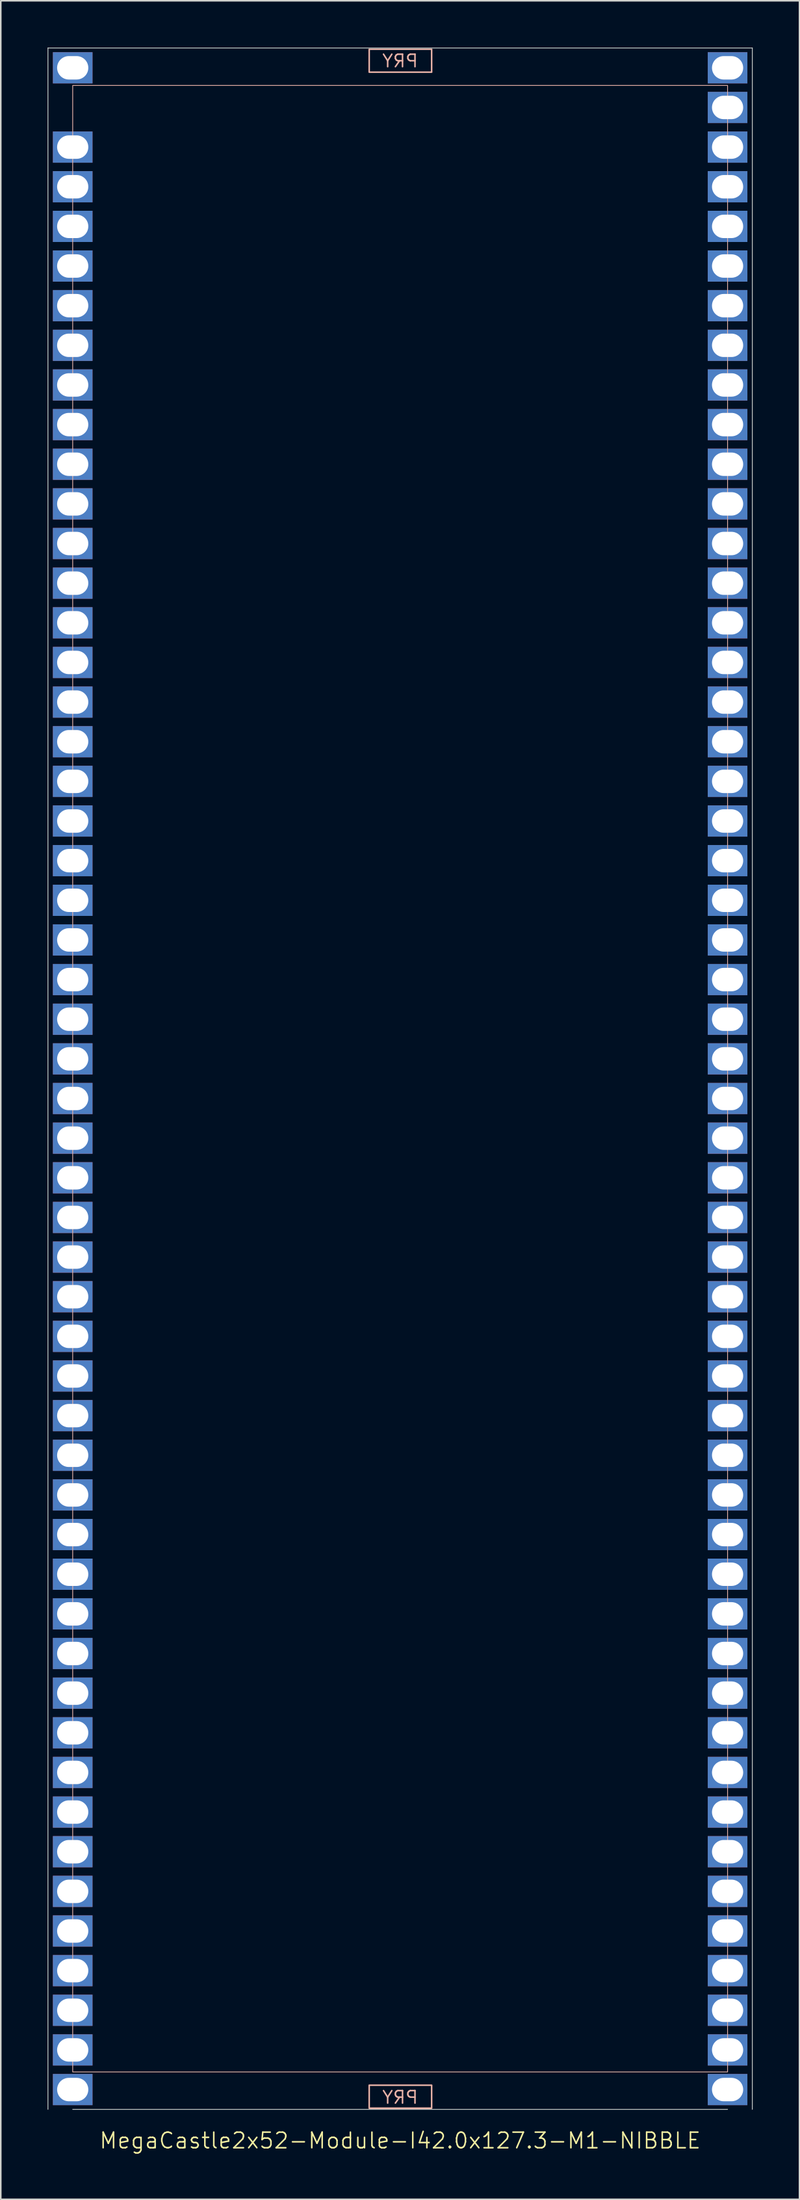
<source format=kicad_pcb>
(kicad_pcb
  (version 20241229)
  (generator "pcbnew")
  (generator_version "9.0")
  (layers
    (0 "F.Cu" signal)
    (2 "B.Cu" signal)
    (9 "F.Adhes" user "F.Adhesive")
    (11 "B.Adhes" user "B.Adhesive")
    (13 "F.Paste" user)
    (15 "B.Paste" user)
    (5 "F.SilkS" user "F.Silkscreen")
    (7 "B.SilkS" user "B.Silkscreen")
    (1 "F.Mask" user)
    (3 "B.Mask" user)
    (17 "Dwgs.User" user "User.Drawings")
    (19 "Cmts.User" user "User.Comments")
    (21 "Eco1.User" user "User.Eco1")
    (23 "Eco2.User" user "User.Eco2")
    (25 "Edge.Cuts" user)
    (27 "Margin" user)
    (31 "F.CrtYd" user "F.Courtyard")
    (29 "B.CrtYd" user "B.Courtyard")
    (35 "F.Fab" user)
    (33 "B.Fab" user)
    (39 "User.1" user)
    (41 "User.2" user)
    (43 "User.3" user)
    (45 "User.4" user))
  (footprint "MegaCastle2x52-Module-I42.0x127.3-M1-NIBBLE"
    (layer "F.Cu")
    (at 22.613 66.065)
    (property "Reference" "MegaCastle2x52-Module-I42.0x127.3-M1-NIBBLE" (at 0 68.04 0) (unlocked yes) (layer "F.SilkS") (effects (font (size 1 1) (thickness 0.1))))
    (attr smd)
    (fp_rect (start -21 63.64) (end 21 -63.64) (stroke (width 0.05) (type default)) (fill no) (layer "B.SilkS"))
    (fp_rect (start -1.984 -64.491) (end 2.02 -65.96) (stroke (width 0.1) (type default)) (fill no) (layer "B.SilkS"))
    (fp_rect (start -1.984 64.491) (end 2.02 65.96) (stroke (width 0.1) (type default)) (fill no) (layer "B.SilkS"))
    (fp_line (start -22.587 -66.04) (end -22.587 66.04) (stroke (width 0.05) (type default)) (layer "Edge.Cuts"))
    (fp_line (start -22.587 -66.04) (end 22.587 -66.04) (stroke (width 0.05) (type default)) (layer "Edge.Cuts"))
    (fp_line (start -21 66.04) (end 21 66.04) (stroke (width 0.05) (type default)) (layer "Edge.Cuts"))
    (fp_line (start 22.587 -66.04) (end 22.587 66.04) (stroke (width 0.05) (type default)) (layer "Edge.Cuts"))
    (fp_text user "PRY" (at 0 -64.74 0) (unlocked yes) (layer "B.SilkS") (effects (font (size 0.8 0.8) (thickness 0.1)) (justify bottom mirror)))
    (fp_text user "PRY" (at 0 65.74 0) (unlocked yes) (layer "B.SilkS") (effects (font (size 0.8 0.8) (thickness 0.1)) (justify bottom mirror)))
    (pad "1" thru_hole rect (at -21 -64.77) (size 2.54 2) (drill oval 2 1.5) (property pad_prop_castellated) (layers "*.Cu" "*.Mask"))
    (pad "3" thru_hole rect (at -21 -59.69) (size 2.54 2) (drill oval 2 1.5) (property pad_prop_castellated) (layers "*.Cu" "*.Mask"))
    (pad "4" thru_hole rect (at -21 -57.15) (size 2.54 2) (drill oval 2 1.5) (property pad_prop_castellated) (layers "*.Cu" "*.Mask"))
    (pad "5" thru_hole rect (at -21 -54.61) (size 2.54 2) (drill oval 2 1.5) (property pad_prop_castellated) (layers "*.Cu" "*.Mask"))
    (pad "6" thru_hole rect (at -21 -52.07) (size 2.54 2) (drill oval 2 1.5) (property pad_prop_castellated) (layers "*.Cu" "*.Mask"))
    (pad "7" thru_hole rect (at -21 -49.53) (size 2.54 2) (drill oval 2 1.5) (property pad_prop_castellated) (layers "*.Cu" "*.Mask"))
    (pad "8" thru_hole rect (at -21 -46.99) (size 2.54 2) (drill oval 2 1.5) (property pad_prop_castellated) (layers "*.Cu" "*.Mask"))
    (pad "9" thru_hole rect (at -21 -44.45) (size 2.54 2) (drill oval 2 1.5) (property pad_prop_castellated) (layers "*.Cu" "*.Mask"))
    (pad "10" thru_hole rect (at -21 -41.91) (size 2.54 2) (drill oval 2 1.5) (property pad_prop_castellated) (layers "*.Cu" "*.Mask"))
    (pad "11" thru_hole rect (at -21 -39.37) (size 2.54 2) (drill oval 2 1.5) (property pad_prop_castellated) (layers "*.Cu" "*.Mask"))
    (pad "12" thru_hole rect (at -21 -36.83) (size 2.54 2) (drill oval 2 1.5) (property pad_prop_castellated) (layers "*.Cu" "*.Mask"))
    (pad "13" thru_hole rect (at -21 -34.29) (size 2.54 2) (drill oval 2 1.5) (property pad_prop_castellated) (layers "*.Cu" "*.Mask"))
    (pad "14" thru_hole rect (at -21 -31.75) (size 2.54 2) (drill oval 2 1.5) (property pad_prop_castellated) (layers "*.Cu" "*.Mask"))
    (pad "15" thru_hole rect (at -21 -29.21) (size 2.54 2) (drill oval 2 1.5) (property pad_prop_castellated) (layers "*.Cu" "*.Mask"))
    (pad "16" thru_hole rect (at -21 -26.67) (size 2.54 2) (drill oval 2 1.5) (property pad_prop_castellated) (layers "*.Cu" "*.Mask"))
    (pad "17" thru_hole rect (at -21 -24.13) (size 2.54 2) (drill oval 2 1.5) (property pad_prop_castellated) (layers "*.Cu" "*.Mask"))
    (pad "18" thru_hole rect (at -21 -21.59) (size 2.54 2) (drill oval 2 1.5) (property pad_prop_castellated) (layers "*.Cu" "*.Mask"))
    (pad "19" thru_hole rect (at -21 -19.05) (size 2.54 2) (drill oval 2 1.5) (property pad_prop_castellated) (layers "*.Cu" "*.Mask"))
    (pad "20" thru_hole rect (at -21 -16.51) (size 2.54 2) (drill oval 2 1.5) (property pad_prop_castellated) (layers "*.Cu" "*.Mask"))
    (pad "21" thru_hole rect (at -21 -13.97) (size 2.54 2) (drill oval 2 1.5) (property pad_prop_castellated) (layers "*.Cu" "*.Mask"))
    (pad "22" thru_hole rect (at -21 -11.43) (size 2.54 2) (drill oval 2 1.5) (property pad_prop_castellated) (layers "*.Cu" "*.Mask"))
    (pad "23" thru_hole rect (at -21 -8.89) (size 2.54 2) (drill oval 2 1.5) (property pad_prop_castellated) (layers "*.Cu" "*.Mask"))
    (pad "24" thru_hole rect (at -21 -6.35) (size 2.54 2) (drill oval 2 1.5) (property pad_prop_castellated) (layers "*.Cu" "*.Mask"))
    (pad "25" thru_hole rect (at -21 -3.81) (size 2.54 2) (drill oval 2 1.5) (property pad_prop_castellated) (layers "*.Cu" "*.Mask"))
    (pad "26" thru_hole rect (at -21 -1.27) (size 2.54 2) (drill oval 2 1.5) (property pad_prop_castellated) (layers "*.Cu" "*.Mask"))
    (pad "27" thru_hole rect (at -21 1.27) (size 2.54 2) (drill oval 2 1.5) (property pad_prop_castellated) (layers "*.Cu" "*.Mask"))
    (pad "28" thru_hole rect (at -21 3.81) (size 2.54 2) (drill oval 2 1.5) (property pad_prop_castellated) (layers "*.Cu" "*.Mask"))
    (pad "29" thru_hole rect (at -21 6.35) (size 2.54 2) (drill oval 2 1.5) (property pad_prop_castellated) (layers "*.Cu" "*.Mask"))
    (pad "30" thru_hole rect (at -21 8.89) (size 2.54 2) (drill oval 2 1.5) (property pad_prop_castellated) (layers "*.Cu" "*.Mask"))
    (pad "31" thru_hole rect (at -21 11.43) (size 2.54 2) (drill oval 2 1.5) (property pad_prop_castellated) (layers "*.Cu" "*.Mask"))
    (pad "32" thru_hole rect (at -21 13.97) (size 2.54 2) (drill oval 2 1.5) (property pad_prop_castellated) (layers "*.Cu" "*.Mask"))
    (pad "33" thru_hole rect (at -21 16.51) (size 2.54 2) (drill oval 2 1.5) (property pad_prop_castellated) (layers "*.Cu" "*.Mask"))
    (pad "34" thru_hole rect (at -21 19.05) (size 2.54 2) (drill oval 2 1.5) (property pad_prop_castellated) (layers "*.Cu" "*.Mask"))
    (pad "35" thru_hole rect (at -21 21.59) (size 2.54 2) (drill oval 2 1.5) (property pad_prop_castellated) (layers "*.Cu" "*.Mask"))
    (pad "36" thru_hole rect (at -21 24.13) (size 2.54 2) (drill oval 2 1.5) (property pad_prop_castellated) (layers "*.Cu" "*.Mask"))
    (pad "37" thru_hole rect (at -21 26.67) (size 2.54 2) (drill oval 2 1.5) (property pad_prop_castellated) (layers "*.Cu" "*.Mask"))
    (pad "38" thru_hole rect (at -21 29.21) (size 2.54 2) (drill oval 2 1.5) (property pad_prop_castellated) (layers "*.Cu" "*.Mask"))
    (pad "39" thru_hole rect (at -21 31.75) (size 2.54 2) (drill oval 2 1.5) (property pad_prop_castellated) (layers "*.Cu" "*.Mask"))
    (pad "40" thru_hole rect (at -21 34.29) (size 2.54 2) (drill oval 2 1.5) (property pad_prop_castellated) (layers "*.Cu" "*.Mask"))
    (pad "41" thru_hole rect (at -21 36.83) (size 2.54 2) (drill oval 2 1.5) (property pad_prop_castellated) (layers "*.Cu" "*.Mask"))
    (pad "42" thru_hole rect (at -21 39.37) (size 2.54 2) (drill oval 2 1.5) (property pad_prop_castellated) (layers "*.Cu" "*.Mask"))
    (pad "43" thru_hole rect (at -21 41.91) (size 2.54 2) (drill oval 2 1.5) (property pad_prop_castellated) (layers "*.Cu" "*.Mask"))
    (pad "44" thru_hole rect (at -21 44.45) (size 2.54 2) (drill oval 2 1.5) (property pad_prop_castellated) (layers "*.Cu" "*.Mask"))
    (pad "45" thru_hole rect (at -21 46.99) (size 2.54 2) (drill oval 2 1.5) (property pad_prop_castellated) (layers "*.Cu" "*.Mask"))
    (pad "46" thru_hole rect (at -21 49.53) (size 2.54 2) (drill oval 2 1.5) (property pad_prop_castellated) (layers "*.Cu" "*.Mask"))
    (pad "47" thru_hole rect (at -21 52.07) (size 2.54 2) (drill oval 2 1.5) (property pad_prop_castellated) (layers "*.Cu" "*.Mask"))
    (pad "48" thru_hole rect (at -21 54.61) (size 2.54 2) (drill oval 2 1.5) (property pad_prop_castellated) (layers "*.Cu" "*.Mask"))
    (pad "49" thru_hole rect (at -21 57.15) (size 2.54 2) (drill oval 2 1.5) (property pad_prop_castellated) (layers "*.Cu" "*.Mask"))
    (pad "50" thru_hole rect (at -21 59.69) (size 2.54 2) (drill oval 2 1.5) (property pad_prop_castellated) (layers "*.Cu" "*.Mask"))
    (pad "51" thru_hole rect (at -21 62.23) (size 2.54 2) (drill oval 2 1.5) (property pad_prop_castellated) (layers "*.Cu" "*.Mask"))
    (pad "52" thru_hole rect (at -21 64.77) (size 2.54 2) (drill oval 2 1.5) (property pad_prop_castellated) (layers "*.Cu" "*.Mask"))
    (pad "53" thru_hole rect (at 21 -64.77) (size 2.54 2) (drill oval 2 1.5) (property pad_prop_castellated) (layers "*.Cu" "*.Mask"))
    (pad "54" thru_hole rect (at 21 -62.23) (size 2.54 2) (drill oval 2 1.5) (property pad_prop_castellated) (layers "*.Cu" "*.Mask"))
    (pad "55" thru_hole rect (at 21 -59.69) (size 2.54 2) (drill oval 2 1.5) (property pad_prop_castellated) (layers "*.Cu" "*.Mask"))
    (pad "56" thru_hole rect (at 21 -57.15) (size 2.54 2) (drill oval 2 1.5) (property pad_prop_castellated) (layers "*.Cu" "*.Mask"))
    (pad "57" thru_hole rect (at 21 -54.61) (size 2.54 2) (drill oval 2 1.5) (property pad_prop_castellated) (layers "*.Cu" "*.Mask"))
    (pad "58" thru_hole rect (at 21 -52.07) (size 2.54 2) (drill oval 2 1.5) (property pad_prop_castellated) (layers "*.Cu" "*.Mask"))
    (pad "59" thru_hole rect (at 21 -49.53) (size 2.54 2) (drill oval 2 1.5) (property pad_prop_castellated) (layers "*.Cu" "*.Mask"))
    (pad "60" thru_hole rect (at 21 -46.99) (size 2.54 2) (drill oval 2 1.5) (property pad_prop_castellated) (layers "*.Cu" "*.Mask"))
    (pad "61" thru_hole rect (at 21 -44.45) (size 2.54 2) (drill oval 2 1.5) (property pad_prop_castellated) (layers "*.Cu" "*.Mask"))
    (pad "62" thru_hole rect (at 21 -41.91) (size 2.54 2) (drill oval 2 1.5) (property pad_prop_castellated) (layers "*.Cu" "*.Mask"))
    (pad "63" thru_hole rect (at 21 -39.37) (size 2.54 2) (drill oval 2 1.5) (property pad_prop_castellated) (layers "*.Cu" "*.Mask"))
    (pad "64" thru_hole rect (at 21 -36.83) (size 2.54 2) (drill oval 2 1.5) (property pad_prop_castellated) (layers "*.Cu" "*.Mask"))
    (pad "65" thru_hole rect (at 21 -34.29) (size 2.54 2) (drill oval 2 1.5) (property pad_prop_castellated) (layers "*.Cu" "*.Mask"))
    (pad "66" thru_hole rect (at 21 -31.75) (size 2.54 2) (drill oval 2 1.5) (property pad_prop_castellated) (layers "*.Cu" "*.Mask"))
    (pad "67" thru_hole rect (at 21 -29.21) (size 2.54 2) (drill oval 2 1.5) (property pad_prop_castellated) (layers "*.Cu" "*.Mask"))
    (pad "68" thru_hole rect (at 21 -26.67) (size 2.54 2) (drill oval 2 1.5) (property pad_prop_castellated) (layers "*.Cu" "*.Mask"))
    (pad "69" thru_hole rect (at 21 -24.13) (size 2.54 2) (drill oval 2 1.5) (property pad_prop_castellated) (layers "*.Cu" "*.Mask"))
    (pad "70" thru_hole rect (at 21 -21.59) (size 2.54 2) (drill oval 2 1.5) (property pad_prop_castellated) (layers "*.Cu" "*.Mask"))
    (pad "71" thru_hole rect (at 21 -19.05) (size 2.54 2) (drill oval 2 1.5) (property pad_prop_castellated) (layers "*.Cu" "*.Mask"))
    (pad "72" thru_hole rect (at 21 -16.51) (size 2.54 2) (drill oval 2 1.5) (property pad_prop_castellated) (layers "*.Cu" "*.Mask"))
    (pad "73" thru_hole rect (at 21 -13.97) (size 2.54 2) (drill oval 2 1.5) (property pad_prop_castellated) (layers "*.Cu" "*.Mask"))
    (pad "74" thru_hole rect (at 21 -11.43) (size 2.54 2) (drill oval 2 1.5) (property pad_prop_castellated) (layers "*.Cu" "*.Mask"))
    (pad "75" thru_hole rect (at 21 -8.89) (size 2.54 2) (drill oval 2 1.5) (property pad_prop_castellated) (layers "*.Cu" "*.Mask"))
    (pad "76" thru_hole rect (at 21 -6.35) (size 2.54 2) (drill oval 2 1.5) (property pad_prop_castellated) (layers "*.Cu" "*.Mask"))
    (pad "77" thru_hole rect (at 21 -3.81) (size 2.54 2) (drill oval 2 1.5) (property pad_prop_castellated) (layers "*.Cu" "*.Mask"))
    (pad "78" thru_hole rect (at 21 -1.27) (size 2.54 2) (drill oval 2 1.5) (property pad_prop_castellated) (layers "*.Cu" "*.Mask"))
    (pad "79" thru_hole rect (at 21 1.27) (size 2.54 2) (drill oval 2 1.5) (property pad_prop_castellated) (layers "*.Cu" "*.Mask"))
    (pad "80" thru_hole rect (at 21 3.81) (size 2.54 2) (drill oval 2 1.5) (property pad_prop_castellated) (layers "*.Cu" "*.Mask"))
    (pad "81" thru_hole rect (at 21 6.35) (size 2.54 2) (drill oval 2 1.5) (property pad_prop_castellated) (layers "*.Cu" "*.Mask"))
    (pad "82" thru_hole rect (at 21 8.89) (size 2.54 2) (drill oval 2 1.5) (property pad_prop_castellated) (layers "*.Cu" "*.Mask"))
    (pad "83" thru_hole rect (at 21 11.43) (size 2.54 2) (drill oval 2 1.5) (property pad_prop_castellated) (layers "*.Cu" "*.Mask"))
    (pad "84" thru_hole rect (at 21 13.97) (size 2.54 2) (drill oval 2 1.5) (property pad_prop_castellated) (layers "*.Cu" "*.Mask"))
    (pad "85" thru_hole rect (at 21 16.51) (size 2.54 2) (drill oval 2 1.5) (property pad_prop_castellated) (layers "*.Cu" "*.Mask"))
    (pad "86" thru_hole rect (at 21 19.05) (size 2.54 2) (drill oval 2 1.5) (property pad_prop_castellated) (layers "*.Cu" "*.Mask"))
    (pad "87" thru_hole rect (at 21 21.59) (size 2.54 2) (drill oval 2 1.5) (property pad_prop_castellated) (layers "*.Cu" "*.Mask"))
    (pad "88" thru_hole rect (at 21 24.13) (size 2.54 2) (drill oval 2 1.5) (property pad_prop_castellated) (layers "*.Cu" "*.Mask"))
    (pad "89" thru_hole rect (at 21 26.67) (size 2.54 2) (drill oval 2 1.5) (property pad_prop_castellated) (layers "*.Cu" "*.Mask"))
    (pad "90" thru_hole rect (at 21 29.21) (size 2.54 2) (drill oval 2 1.5) (property pad_prop_castellated) (layers "*.Cu" "*.Mask"))
    (pad "91" thru_hole rect (at 21 31.75) (size 2.54 2) (drill oval 2 1.5) (property pad_prop_castellated) (layers "*.Cu" "*.Mask"))
    (pad "92" thru_hole rect (at 21 34.29) (size 2.54 2) (drill oval 2 1.5) (property pad_prop_castellated) (layers "*.Cu" "*.Mask"))
    (pad "93" thru_hole rect (at 21 36.83) (size 2.54 2) (drill oval 2 1.5) (property pad_prop_castellated) (layers "*.Cu" "*.Mask"))
    (pad "94" thru_hole rect (at 21 39.37) (size 2.54 2) (drill oval 2 1.5) (property pad_prop_castellated) (layers "*.Cu" "*.Mask"))
    (pad "95" thru_hole rect (at 21 41.91) (size 2.54 2) (drill oval 2 1.5) (property pad_prop_castellated) (layers "*.Cu" "*.Mask"))
    (pad "96" thru_hole rect (at 21 44.45) (size 2.54 2) (drill oval 2 1.5) (property pad_prop_castellated) (layers "*.Cu" "*.Mask"))
    (pad "97" thru_hole rect (at 21 46.99) (size 2.54 2) (drill oval 2 1.5) (property pad_prop_castellated) (layers "*.Cu" "*.Mask"))
    (pad "98" thru_hole rect (at 21 49.53) (size 2.54 2) (drill oval 2 1.5) (property pad_prop_castellated) (layers "*.Cu" "*.Mask"))
    (pad "99" thru_hole rect (at 21 52.07) (size 2.54 2) (drill oval 2 1.5) (property pad_prop_castellated) (layers "*.Cu" "*.Mask"))
    (pad "100" thru_hole rect (at 21 54.61) (size 2.54 2) (drill oval 2 1.5) (property pad_prop_castellated) (layers "*.Cu" "*.Mask"))
    (pad "101" thru_hole rect (at 21 57.15) (size 2.54 2) (drill oval 2 1.5) (property pad_prop_castellated) (layers "*.Cu" "*.Mask"))
    (pad "102" thru_hole rect (at 21 59.69) (size 2.54 2) (drill oval 2 1.5) (property pad_prop_castellated) (layers "*.Cu" "*.Mask"))
    (pad "103" thru_hole rect (at 21 62.23) (size 2.54 2) (drill oval 2 1.5) (property pad_prop_castellated) (layers "*.Cu" "*.Mask"))
    (pad "104" thru_hole rect (at 21 64.77) (size 2.54 2) (drill oval 2 1.5) (property pad_prop_castellated) (layers "*.Cu" "*.Mask"))
    (zone (net_name "") (layer "B.Cu") (hatch edge 0.5) (connect_pads) (min_thickness 0.25) (filled_areas_thickness no) (keepout (tracks allowed) (vias allowed) (pads allowed) (copperpour allowed) (footprints not_allowed)) (placement (enabled no)) (fill) (polygon (pts (xy 1.613 132.105) (xy 1.613 0.025))))
    (zone (net_name "") (layer "B.Cu") (hatch edge 0.5) (connect_pads) (min_thickness 0.25) (filled_areas_thickness no) (keepout (tracks allowed) (vias allowed) (pads allowed) (copperpour allowed) (footprints not_allowed)) (placement (enabled no)) (fill) (polygon (pts (xy 43.612 132.105) (xy 43.612 0.025))))
    (zone (net_name "") (layer "B.Cu") (hatch edge 0.5) (connect_pads) (min_thickness 0.25) (filled_areas_thickness no) (keepout (tracks allowed) (vias allowed) (pads allowed) (copperpour allowed) (footprints not_allowed)) (placement (enabled no)) (fill) (polygon (pts (xy 1.613 0.025) (xy 1.613 2.425) (xy 43.612 2.425) (xy 43.612 0.025))))
    (zone (net_name "") (layer "B.Cu") (hatch edge 0.5) (connect_pads) (min_thickness 0.25) (filled_areas_thickness no) (keepout (tracks allowed) (vias allowed) (pads allowed) (copperpour allowed) (footprints not_allowed)) (placement (enabled no)) (fill) (polygon (pts (xy 1.613 132.105) (xy 1.613 129.705) (xy 43.612 129.705) (xy 43.612 132.105))))
    (zone (net_name "") (layer "B.Cu") (name "Upper Pry Zone") (hatch edge 0.5) (connect_pads) (min_thickness 0.25) (filled_areas_thickness no) (keepout (tracks not_allowed) (vias not_allowed) (pads not_allowed) (copperpour allowed) (footprints not_allowed)) (placement (enabled no)) (fill) (polygon (pts (xy 20.628 1.574) (xy 20.628 0.105) (xy 24.632 0.105) (xy 24.632 1.574))))
    (zone (net_name "") (layer "B.Cu") (name "Upper Pry Zone") (hatch edge 0.5) (connect_pads) (min_thickness 0.25) (filled_areas_thickness no) (keepout (tracks not_allowed) (vias not_allowed) (pads not_allowed) (copperpour allowed) (footprints not_allowed)) (placement (enabled no)) (fill) (polygon (pts (xy 20.628 130.556) (xy 20.628 132.025) (xy 24.632 132.025) (xy 24.632 130.556)))))
  (gr_rect
    (start -3 -3)
    (end 48.225 137.866)
    (stroke (width 0.1) (type default))
    (fill no)
    (layer "Edge.Cuts")))
</source>
